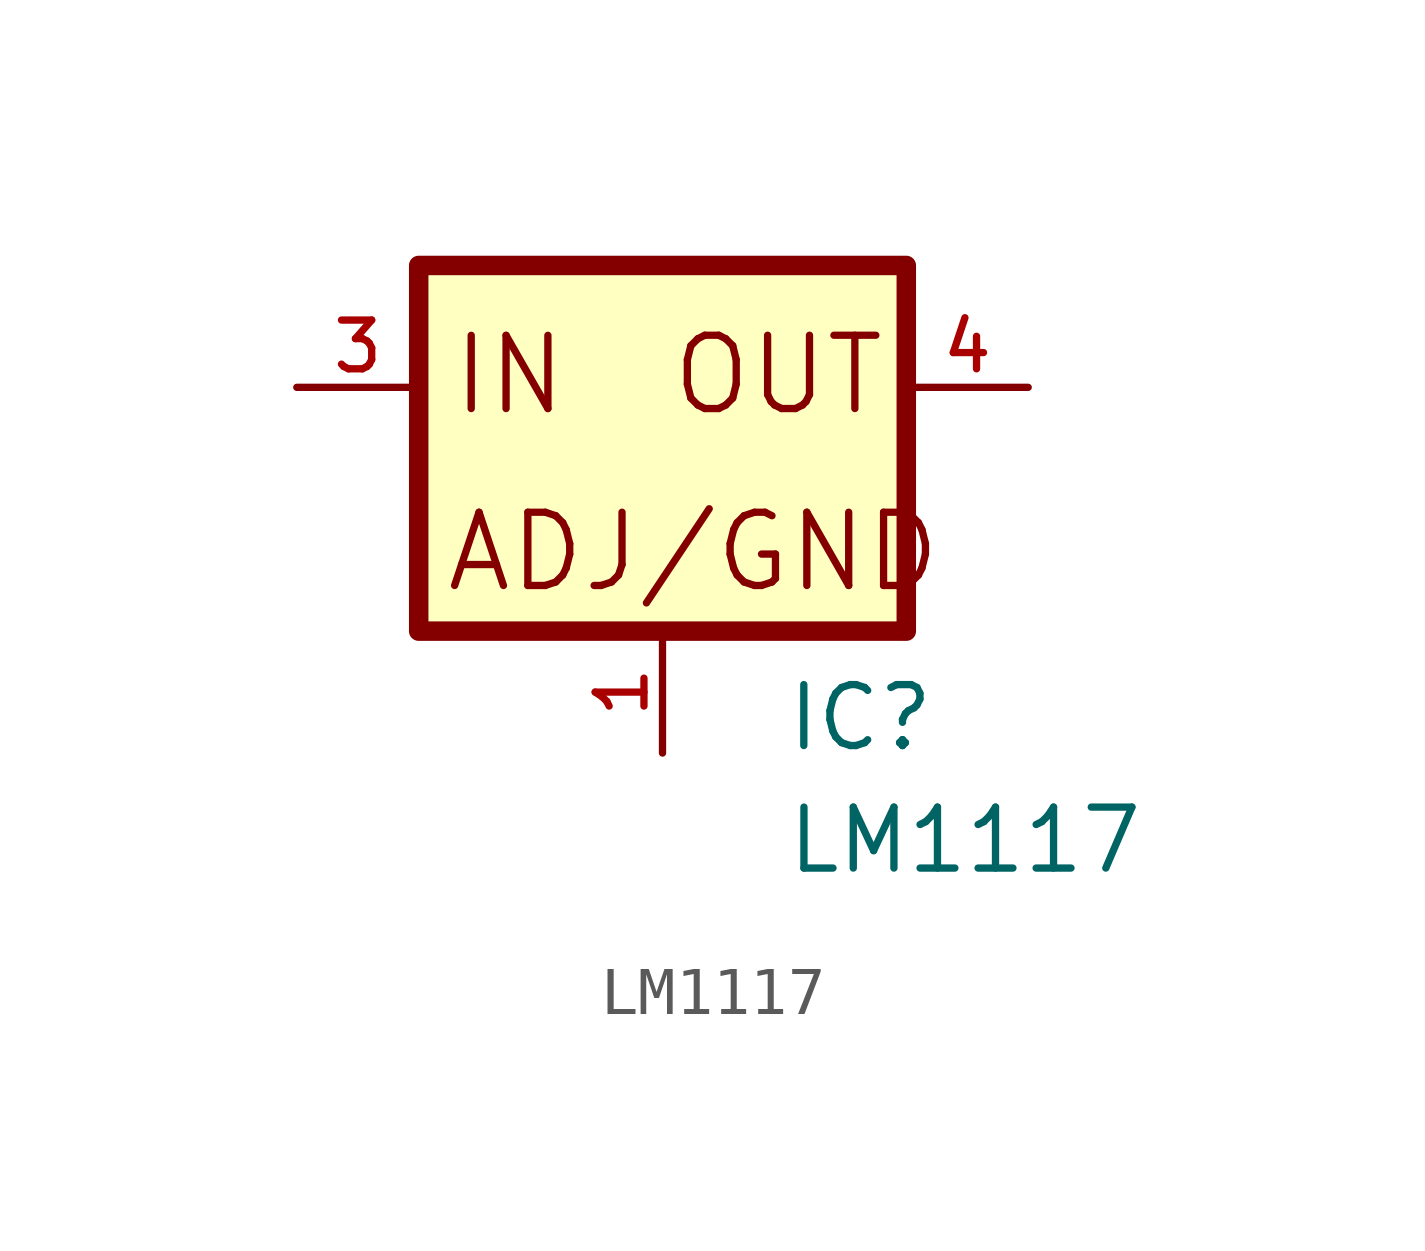
<source format=kicad_sym>
(kicad_symbol_lib
  (version 20211014)
  (generator kicad_symbol_editor)
  (symbol "LM1117"
    (pin_names
      (offset 1.016))
    (property "Reference" "IC"
      (at 2.542 -7.627 0)
      (effects (font (size 1.27 1.27)) (justify bottom left)))
    (property "Value" "LM1117"
      (at 2.545 -10.18 0)
      (effects (font (size 1.27 1.27)) (justify bottom left)))
    (symbol "LM1117_0_0"
      (text "ADJ/GND" (at -4.577 -4.323 0) (effects (font (size 1.526 1.526)) (justify bottom left)))
      (text "IN" (at -4.449 -0.636 0) (effects (font (size 1.525 1.525)) (justify bottom left)))
      (text "OUT" (at 0.127 -0.636 0) (effects (font (size 1.527 1.527)) (justify bottom left)))
      (rectangle (start -5.08 -5.08) (end 5.08 2.54) (stroke (width 0.406)) (fill (type background)))
      (pin input line (at -7.62 0.0 0) (length 2.54) (name "~" (effects (font (size 1.016 1.016)))) (number "3" (effects (font (size 1.016 1.016)))))
      (pin input line (at 0.0 -7.62 90.0) (length 2.54) (name "~" (effects (font (size 1.016 1.016)))) (number "1" (effects (font (size 1.016 1.016)))))
      (pin passive line (at 7.62 0.0 180.0) (length 2.54) (name "~" (effects (font (size 1.016 1.016)))) (number "4" (effects (font (size 1.016 1.016))))))))
</source>
